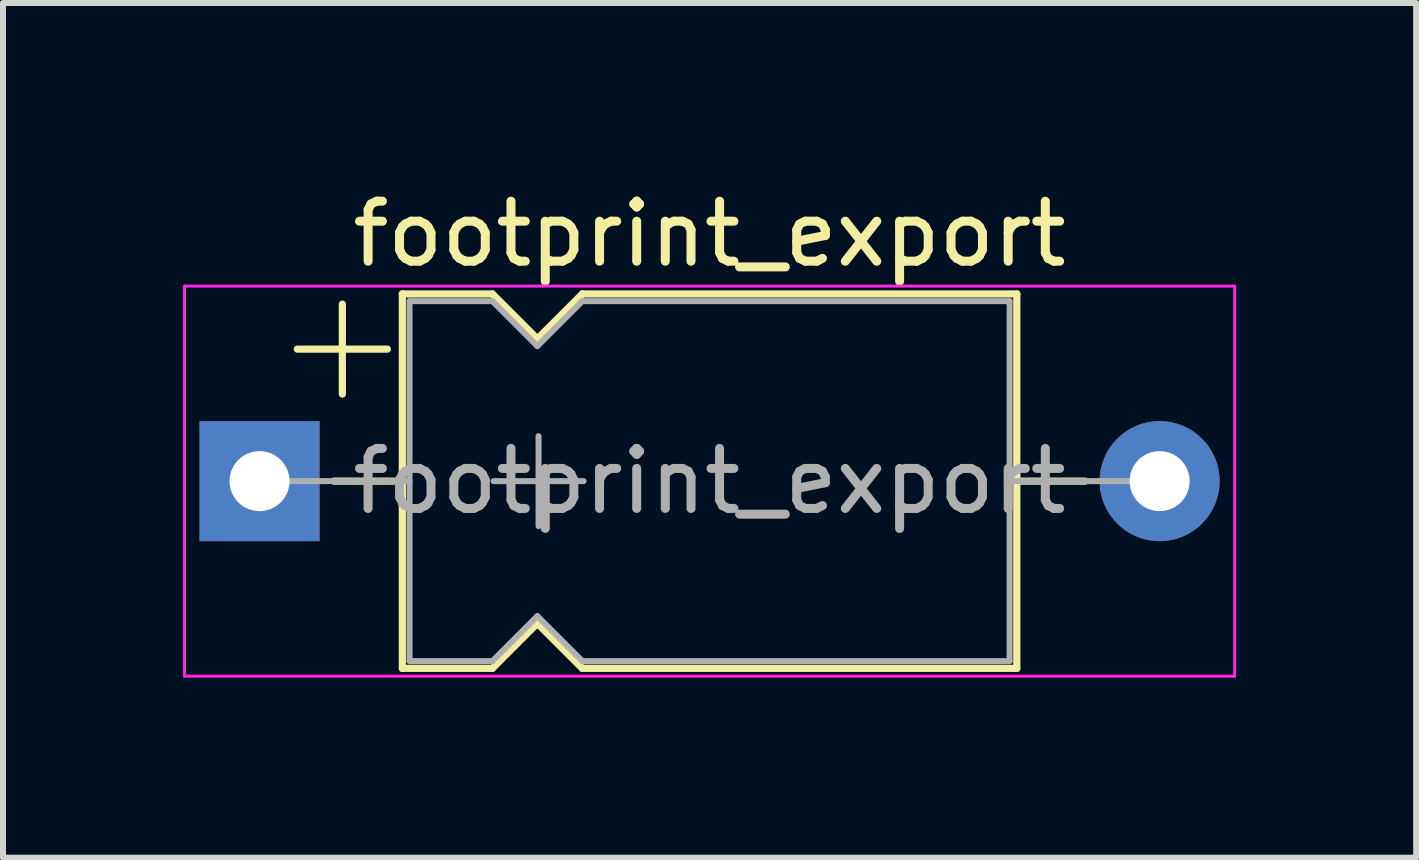
<source format=kicad_pcb>
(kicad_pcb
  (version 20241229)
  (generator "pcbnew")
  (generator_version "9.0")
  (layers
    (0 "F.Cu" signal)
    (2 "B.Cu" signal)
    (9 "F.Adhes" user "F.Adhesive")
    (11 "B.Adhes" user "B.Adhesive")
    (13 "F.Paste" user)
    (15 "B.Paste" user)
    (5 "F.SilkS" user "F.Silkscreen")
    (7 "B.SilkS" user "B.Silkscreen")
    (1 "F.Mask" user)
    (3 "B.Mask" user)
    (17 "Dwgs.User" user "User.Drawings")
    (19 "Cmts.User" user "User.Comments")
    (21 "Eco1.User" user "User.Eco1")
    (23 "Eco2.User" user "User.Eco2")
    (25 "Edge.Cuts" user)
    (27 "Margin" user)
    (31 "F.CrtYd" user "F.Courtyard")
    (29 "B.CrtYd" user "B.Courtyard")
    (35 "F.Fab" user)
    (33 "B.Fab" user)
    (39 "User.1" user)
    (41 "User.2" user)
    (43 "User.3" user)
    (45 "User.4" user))
  (footprint "footprint_export"
    (layer "F.Cu")
    (at 1.275 4.968)
    (property "Reference" "footprint_export" (at 7.5 -4.12 0) (layer "F.SilkS") (effects (font (size 1 1) (thickness 0.15))))
    (attr through_hole)
    (fp_line (start 0.63 -2.2) (end 2.13 -2.2) (stroke (width 0.12) (type solid)) (layer "F.SilkS"))
    (fp_line (start 1.24 0) (end 2.38 0) (stroke (width 0.12) (type solid)) (layer "F.SilkS"))
    (fp_line (start 1.38 -2.95) (end 1.38 -1.45) (stroke (width 0.12) (type solid)) (layer "F.SilkS"))
    (fp_line (start 2.38 -3.12) (end 2.38 3.12) (stroke (width 0.12) (type solid)) (layer "F.SilkS"))
    (fp_line (start 2.38 -3.12) (end 3.88 -3.12) (stroke (width 0.12) (type solid)) (layer "F.SilkS"))
    (fp_line (start 2.38 3.12) (end 3.88 3.12) (stroke (width 0.12) (type solid)) (layer "F.SilkS"))
    (fp_line (start 3.88 -3.12) (end 4.63 -2.37) (stroke (width 0.12) (type solid)) (layer "F.SilkS"))
    (fp_line (start 3.88 3.12) (end 4.63 2.37) (stroke (width 0.12) (type solid)) (layer "F.SilkS"))
    (fp_line (start 4.63 -2.37) (end 5.38 -3.12) (stroke (width 0.12) (type solid)) (layer "F.SilkS"))
    (fp_line (start 4.63 2.37) (end 5.38 3.12) (stroke (width 0.12) (type solid)) (layer "F.SilkS"))
    (fp_line (start 5.38 -3.12) (end 12.62 -3.12) (stroke (width 0.12) (type solid)) (layer "F.SilkS"))
    (fp_line (start 5.38 3.12) (end 12.62 3.12) (stroke (width 0.12) (type solid)) (layer "F.SilkS"))
    (fp_line (start 12.62 -3.12) (end 12.62 3.12) (stroke (width 0.12) (type solid)) (layer "F.SilkS"))
    (fp_line (start 13.76 0) (end 12.62 0) (stroke (width 0.12) (type solid)) (layer "F.SilkS"))
    (fp_line (start -1.25 -3.25) (end -1.25 3.25) (stroke (width 0.05) (type solid)) (layer "F.CrtYd"))
    (fp_line (start -1.25 3.25) (end 16.25 3.25) (stroke (width 0.05) (type solid)) (layer "F.CrtYd"))
    (fp_line (start 16.25 -3.25) (end -1.25 -3.25) (stroke (width 0.05) (type solid)) (layer "F.CrtYd"))
    (fp_line (start 16.25 3.25) (end 16.25 -3.25) (stroke (width 0.05) (type solid)) (layer "F.CrtYd"))
    (fp_line (start 0 0) (end 2.5 0) (stroke (width 0.1) (type solid)) (layer "F.Fab"))
    (fp_line (start 2.5 -3) (end 2.5 3) (stroke (width 0.1) (type solid)) (layer "F.Fab"))
    (fp_line (start 2.5 -3) (end 3.88 -3) (stroke (width 0.1) (type solid)) (layer "F.Fab"))
    (fp_line (start 2.5 3) (end 3.88 3) (stroke (width 0.1) (type solid)) (layer "F.Fab"))
    (fp_line (start 3.88 -3) (end 4.63 -2.25) (stroke (width 0.1) (type solid)) (layer "F.Fab"))
    (fp_line (start 3.88 3) (end 4.63 2.25) (stroke (width 0.1) (type solid)) (layer "F.Fab"))
    (fp_line (start 3.9 0) (end 5.4 0) (stroke (width 0.1) (type solid)) (layer "F.Fab"))
    (fp_line (start 4.63 -2.25) (end 5.38 -3) (stroke (width 0.1) (type solid)) (layer "F.Fab"))
    (fp_line (start 4.63 2.25) (end 5.38 3) (stroke (width 0.1) (type solid)) (layer "F.Fab"))
    (fp_line (start 4.65 -0.75) (end 4.65 0.75) (stroke (width 0.1) (type solid)) (layer "F.Fab"))
    (fp_line (start 5.38 -3) (end 12.5 -3) (stroke (width 0.1) (type solid)) (layer "F.Fab"))
    (fp_line (start 5.38 3) (end 12.5 3) (stroke (width 0.1) (type solid)) (layer "F.Fab"))
    (fp_line (start 12.5 -3) (end 12.5 3) (stroke (width 0.1) (type solid)) (layer "F.Fab"))
    (fp_line (start 15 0) (end 12.5 0) (stroke (width 0.1) (type solid)) (layer "F.Fab"))
    (fp_text user "${REFERENCE}" (at 7.5 0 0) (layer "F.Fab") (effects (font (size 1 1) (thickness 0.15))))
    (pad "1" thru_hole rect (at 0 0) (size 2 2) (drill 1) (layers "*.Cu" "*.Mask"))
    (pad "2" thru_hole oval (at 15 0) (size 2 2) (drill 1) (layers "*.Cu" "*.Mask")))
  (gr_rect
    (start -3 -3)
    (end 20.55 11.243)
    (stroke (width 0.1) (type default))
    (fill no)
    (layer "Edge.Cuts")))
</source>
